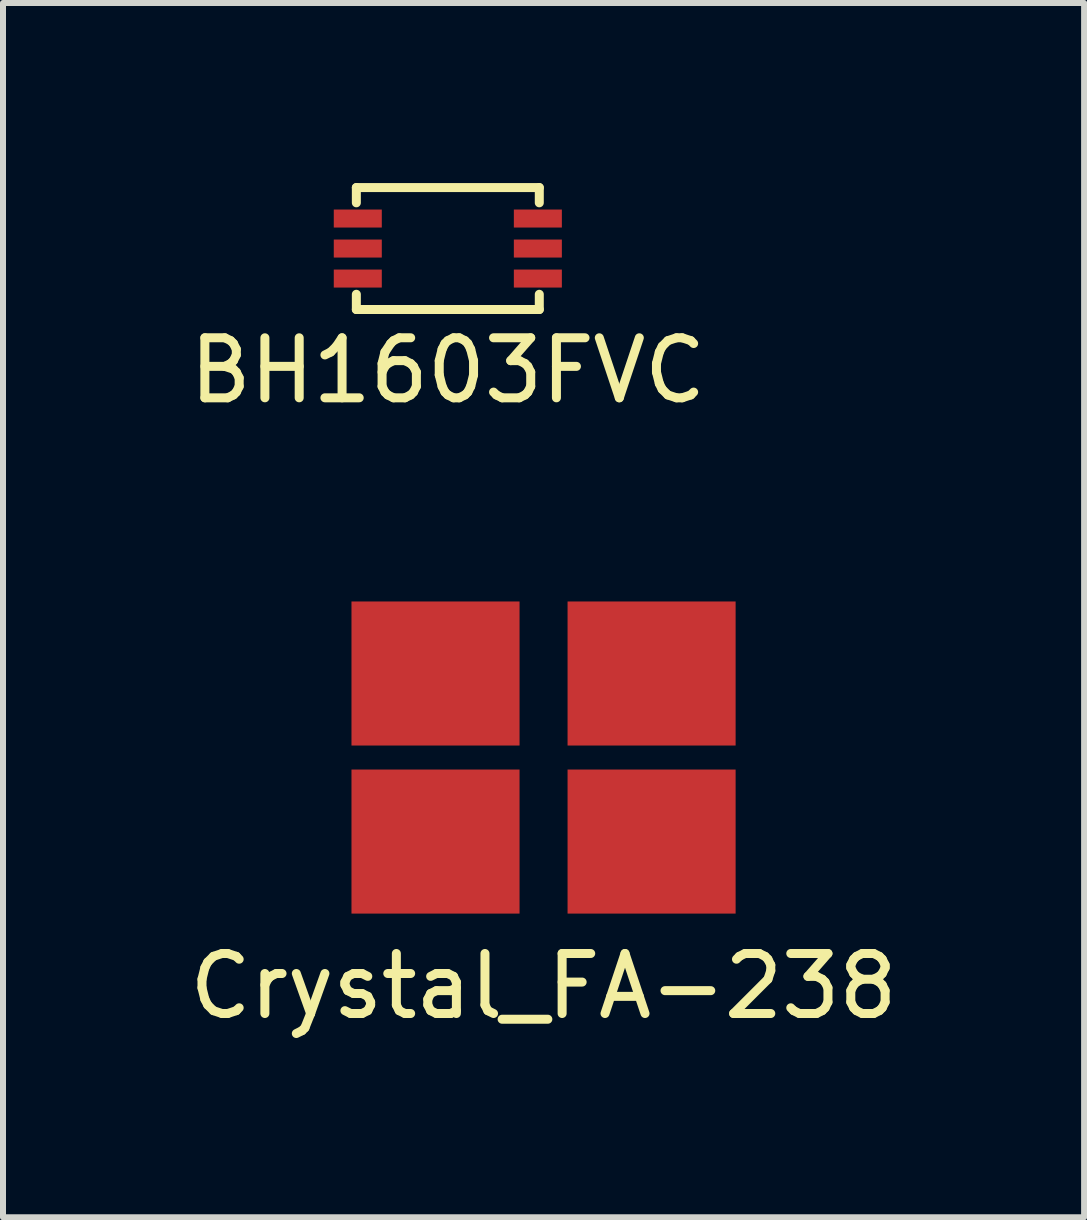
<source format=kicad_pcb>
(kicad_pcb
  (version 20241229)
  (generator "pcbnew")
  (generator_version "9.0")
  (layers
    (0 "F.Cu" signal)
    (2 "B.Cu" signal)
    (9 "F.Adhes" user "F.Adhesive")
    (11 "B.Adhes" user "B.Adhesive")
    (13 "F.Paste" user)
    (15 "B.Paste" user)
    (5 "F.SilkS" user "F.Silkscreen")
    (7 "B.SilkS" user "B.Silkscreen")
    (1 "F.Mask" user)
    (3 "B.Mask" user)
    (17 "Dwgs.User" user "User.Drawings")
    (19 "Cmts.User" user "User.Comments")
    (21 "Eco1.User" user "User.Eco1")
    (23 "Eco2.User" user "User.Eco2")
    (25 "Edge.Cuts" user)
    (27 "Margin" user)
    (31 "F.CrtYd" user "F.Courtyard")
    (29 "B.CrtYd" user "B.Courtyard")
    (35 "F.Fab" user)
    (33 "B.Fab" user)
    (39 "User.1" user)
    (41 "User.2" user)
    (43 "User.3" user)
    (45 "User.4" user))
  (footprint "Crystal_FA-238"
    (layer "F.Cu")
    (at 6.006 9.571)
    (property "Reference" "Crystal_FA-238" (at 0 3.81 0) (layer "F.SilkS") (effects (font (size 1 1) (thickness 0.15))))
    (attr through_hole)
    (pad "1" smd rect (at -1.8 1.4) (size 2.8 2.4) (layers "F.Cu" "F.Mask" "F.Paste"))
    (pad "2" smd rect (at 1.8 1.4) (size 2.8 2.4) (layers "F.Cu" "F.Mask" "F.Paste"))
    (pad "3" smd rect (at 1.8 -1.4) (size 2.8 2.4) (layers "F.Cu" "F.Mask" "F.Paste"))
    (pad "4" smd rect (at -1.8 -1.4) (size 2.8 2.4) (layers "F.Cu" "F.Mask" "F.Paste")))
  (footprint "BH1603FVC"
    (layer "F.Cu")
    (at 4.411 1.091)
    (property "Reference" "BH1603FVC" (at 0 2.032 0) (layer "F.SilkS") (effects (font (size 1 1) (thickness 0.15))))
    (attr through_hole)
    (fp_line (start -1.524 -1.016) (end 1.524 -1.016) (stroke (width 0.15) (type solid)) (layer "F.SilkS"))
    (fp_line (start -1.524 -0.762) (end -1.524 -1.016) (stroke (width 0.15) (type solid)) (layer "F.SilkS"))
    (fp_line (start -1.524 1.016) (end -1.524 0.762) (stroke (width 0.15) (type solid)) (layer "F.SilkS"))
    (fp_line (start 1.524 -1.016) (end 1.524 -0.762) (stroke (width 0.15) (type solid)) (layer "F.SilkS"))
    (fp_line (start 1.524 0.762) (end 1.524 1.016) (stroke (width 0.15) (type solid)) (layer "F.SilkS"))
    (fp_line (start 1.524 1.016) (end -1.524 1.016) (stroke (width 0.15) (type solid)) (layer "F.SilkS"))
    (pad "1" smd rect (at -1.5 -0.5) (size 0.8 0.3) (layers "F.Cu" "F.Mask" "F.Paste"))
    (pad "2" smd rect (at -1.5 0) (size 0.8 0.3) (layers "F.Cu" "F.Mask" "F.Paste"))
    (pad "3" smd rect (at -1.5 0.5) (size 0.8 0.3) (layers "F.Cu" "F.Mask" "F.Paste"))
    (pad "4" smd rect (at 1.5 0.5) (size 0.8 0.3) (layers "F.Cu" "F.Mask" "F.Paste"))
    (pad "5" smd rect (at 1.5 0) (size 0.8 0.3) (layers "F.Cu" "F.Mask" "F.Paste"))
    (pad "6" smd rect (at 1.5 -0.5) (size 0.8 0.3) (layers "F.Cu" "F.Mask" "F.Paste")))
  (gr_rect
    (start -3 -3)
    (end 15.012 17.23)
    (stroke (width 0.1) (type default))
    (fill no)
    (layer "Edge.Cuts")))
</source>
